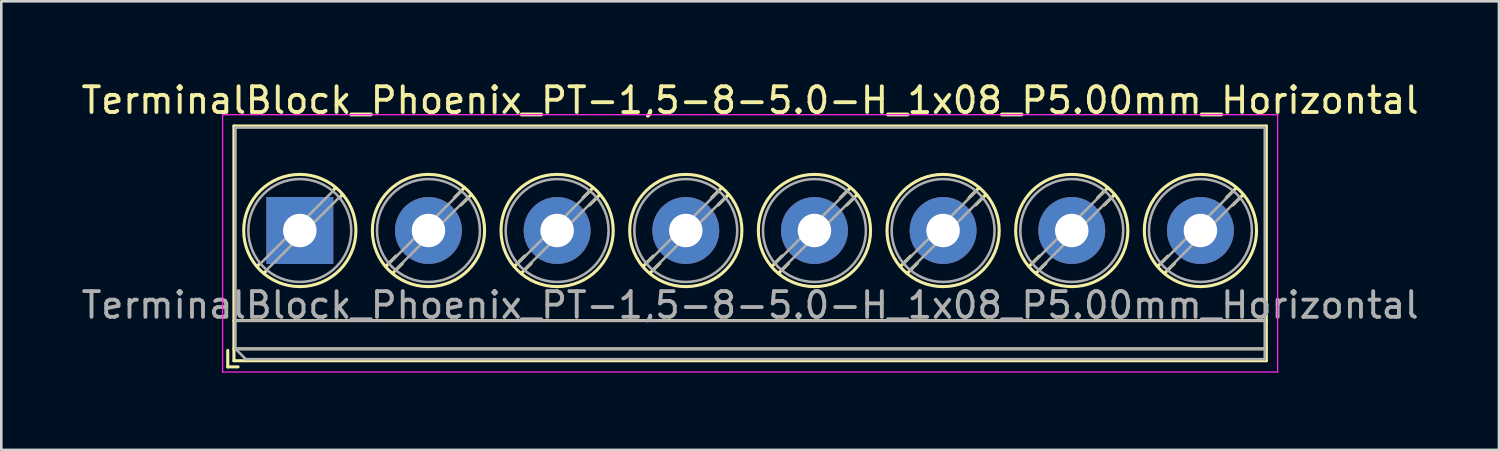
<source format=kicad_pcb>
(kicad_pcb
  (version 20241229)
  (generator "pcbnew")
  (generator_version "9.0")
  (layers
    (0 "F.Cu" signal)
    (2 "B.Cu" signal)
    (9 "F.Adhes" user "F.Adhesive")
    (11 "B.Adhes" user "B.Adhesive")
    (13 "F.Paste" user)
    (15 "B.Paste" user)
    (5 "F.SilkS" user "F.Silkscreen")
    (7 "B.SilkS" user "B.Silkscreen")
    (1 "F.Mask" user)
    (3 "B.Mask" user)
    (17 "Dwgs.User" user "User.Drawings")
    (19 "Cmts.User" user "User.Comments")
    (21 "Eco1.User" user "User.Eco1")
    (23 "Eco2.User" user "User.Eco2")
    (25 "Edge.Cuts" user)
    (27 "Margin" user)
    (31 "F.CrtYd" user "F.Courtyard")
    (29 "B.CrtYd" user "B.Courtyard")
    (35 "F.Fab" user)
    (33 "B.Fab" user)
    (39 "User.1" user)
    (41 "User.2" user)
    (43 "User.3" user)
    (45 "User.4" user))
  (footprint "TerminalBlock_Phoenix_PT-1,5-8-5.0-H_1x08_P5.00mm_Horizontal"
    (layer "F.Cu")
    (at 8.601 5.908)
    (property "Reference" "TerminalBlock_Phoenix_PT-1,5-8-5.0-H_1x08_P5.00mm_Horizontal" (at 17.5 -5.06 0) (layer "F.SilkS") (effects (font (size 1 1) (thickness 0.15))))
    (attr through_hole)
    (fp_line (start -2.8 4.66) (end -2.8 5.3) (stroke (width 0.12) (type solid)) (layer "F.SilkS"))
    (fp_line (start -2.8 5.3) (end -2.4 5.3) (stroke (width 0.12) (type solid)) (layer "F.SilkS"))
    (fp_line (start -2.56 -4.06) (end -2.56 5.06) (stroke (width 0.12) (type solid)) (layer "F.SilkS"))
    (fp_line (start -2.56 -4.06) (end 37.56 -4.06) (stroke (width 0.12) (type solid)) (layer "F.SilkS"))
    (fp_line (start -2.56 3.5) (end 37.56 3.5) (stroke (width 0.12) (type solid)) (layer "F.SilkS"))
    (fp_line (start -2.56 4.6) (end 37.56 4.6) (stroke (width 0.12) (type solid)) (layer "F.SilkS"))
    (fp_line (start -2.56 5.06) (end 37.56 5.06) (stroke (width 0.12) (type solid)) (layer "F.SilkS"))
    (fp_line (start -1.548 1.281) (end -1.654 1.388) (stroke (width 0.12) (type solid)) (layer "F.SilkS"))
    (fp_line (start -1.282 1.547) (end -1.388 1.654) (stroke (width 0.12) (type solid)) (layer "F.SilkS"))
    (fp_line (start 1.388 -1.654) (end 1.281 -1.547) (stroke (width 0.12) (type solid)) (layer "F.SilkS"))
    (fp_line (start 1.654 -1.388) (end 1.547 -1.281) (stroke (width 0.12) (type solid)) (layer "F.SilkS"))
    (fp_line (start 3.742 0.992) (end 3.347 1.388) (stroke (width 0.12) (type solid)) (layer "F.SilkS"))
    (fp_line (start 3.993 1.274) (end 3.613 1.654) (stroke (width 0.12) (type solid)) (layer "F.SilkS"))
    (fp_line (start 6.388 -1.654) (end 6.008 -1.274) (stroke (width 0.12) (type solid)) (layer "F.SilkS"))
    (fp_line (start 6.654 -1.388) (end 6.259 -0.992) (stroke (width 0.12) (type solid)) (layer "F.SilkS"))
    (fp_line (start 8.742 0.992) (end 8.347 1.388) (stroke (width 0.12) (type solid)) (layer "F.SilkS"))
    (fp_line (start 8.993 1.274) (end 8.613 1.654) (stroke (width 0.12) (type solid)) (layer "F.SilkS"))
    (fp_line (start 11.388 -1.654) (end 11.008 -1.274) (stroke (width 0.12) (type solid)) (layer "F.SilkS"))
    (fp_line (start 11.654 -1.388) (end 11.259 -0.992) (stroke (width 0.12) (type solid)) (layer "F.SilkS"))
    (fp_line (start 13.742 0.992) (end 13.347 1.388) (stroke (width 0.12) (type solid)) (layer "F.SilkS"))
    (fp_line (start 13.993 1.274) (end 13.613 1.654) (stroke (width 0.12) (type solid)) (layer "F.SilkS"))
    (fp_line (start 16.388 -1.654) (end 16.008 -1.274) (stroke (width 0.12) (type solid)) (layer "F.SilkS"))
    (fp_line (start 16.654 -1.388) (end 16.259 -0.992) (stroke (width 0.12) (type solid)) (layer "F.SilkS"))
    (fp_line (start 18.742 0.992) (end 18.347 1.388) (stroke (width 0.12) (type solid)) (layer "F.SilkS"))
    (fp_line (start 18.993 1.274) (end 18.613 1.654) (stroke (width 0.12) (type solid)) (layer "F.SilkS"))
    (fp_line (start 21.388 -1.654) (end 21.008 -1.274) (stroke (width 0.12) (type solid)) (layer "F.SilkS"))
    (fp_line (start 21.654 -1.388) (end 21.259 -0.992) (stroke (width 0.12) (type solid)) (layer "F.SilkS"))
    (fp_line (start 23.742 0.992) (end 23.347 1.388) (stroke (width 0.12) (type solid)) (layer "F.SilkS"))
    (fp_line (start 23.993 1.274) (end 23.613 1.654) (stroke (width 0.12) (type solid)) (layer "F.SilkS"))
    (fp_line (start 26.388 -1.654) (end 26.008 -1.274) (stroke (width 0.12) (type solid)) (layer "F.SilkS"))
    (fp_line (start 26.654 -1.388) (end 26.259 -0.992) (stroke (width 0.12) (type solid)) (layer "F.SilkS"))
    (fp_line (start 28.742 0.992) (end 28.347 1.388) (stroke (width 0.12) (type solid)) (layer "F.SilkS"))
    (fp_line (start 28.993 1.274) (end 28.613 1.654) (stroke (width 0.12) (type solid)) (layer "F.SilkS"))
    (fp_line (start 31.388 -1.654) (end 31.008 -1.274) (stroke (width 0.12) (type solid)) (layer "F.SilkS"))
    (fp_line (start 31.654 -1.388) (end 31.259 -0.992) (stroke (width 0.12) (type solid)) (layer "F.SilkS"))
    (fp_line (start 33.742 0.992) (end 33.347 1.388) (stroke (width 0.12) (type solid)) (layer "F.SilkS"))
    (fp_line (start 33.993 1.274) (end 33.613 1.654) (stroke (width 0.12) (type solid)) (layer "F.SilkS"))
    (fp_line (start 36.388 -1.654) (end 36.008 -1.274) (stroke (width 0.12) (type solid)) (layer "F.SilkS"))
    (fp_line (start 36.654 -1.388) (end 36.259 -0.992) (stroke (width 0.12) (type solid)) (layer "F.SilkS"))
    (fp_line (start 37.56 -4.06) (end 37.56 5.06) (stroke (width 0.12) (type solid)) (layer "F.SilkS"))
    (fp_circle (center 0 0) (end 2.18 0) (stroke (width 0.12) (type solid)) (fill no) (layer "F.SilkS"))
    (fp_circle (center 5 0) (end 7.18 0) (stroke (width 0.12) (type solid)) (fill no) (layer "F.SilkS"))
    (fp_circle (center 10 0) (end 12.18 0) (stroke (width 0.12) (type solid)) (fill no) (layer "F.SilkS"))
    (fp_circle (center 15 0) (end 17.18 0) (stroke (width 0.12) (type solid)) (fill no) (layer "F.SilkS"))
    (fp_circle (center 20 0) (end 22.18 0) (stroke (width 0.12) (type solid)) (fill no) (layer "F.SilkS"))
    (fp_circle (center 25 0) (end 27.18 0) (stroke (width 0.12) (type solid)) (fill no) (layer "F.SilkS"))
    (fp_circle (center 30 0) (end 32.18 0) (stroke (width 0.12) (type solid)) (fill no) (layer "F.SilkS"))
    (fp_circle (center 35 0) (end 37.18 0) (stroke (width 0.12) (type solid)) (fill no) (layer "F.SilkS"))
    (fp_line (start -3 -4.5) (end -3 5.5) (stroke (width 0.05) (type solid)) (layer "F.CrtYd"))
    (fp_line (start -3 5.5) (end 38 5.5) (stroke (width 0.05) (type solid)) (layer "F.CrtYd"))
    (fp_line (start 38 -4.5) (end -3 -4.5) (stroke (width 0.05) (type solid)) (layer "F.CrtYd"))
    (fp_line (start 38 5.5) (end 38 -4.5) (stroke (width 0.05) (type solid)) (layer "F.CrtYd"))
    (fp_line (start -2.5 -4) (end 37.5 -4) (stroke (width 0.1) (type solid)) (layer "F.Fab"))
    (fp_line (start -2.5 3.5) (end 37.5 3.5) (stroke (width 0.1) (type solid)) (layer "F.Fab"))
    (fp_line (start -2.5 4.6) (end -2.5 -4) (stroke (width 0.1) (type solid)) (layer "F.Fab"))
    (fp_line (start -2.5 4.6) (end 37.5 4.6) (stroke (width 0.1) (type solid)) (layer "F.Fab"))
    (fp_line (start -2.1 5) (end -2.5 4.6) (stroke (width 0.1) (type solid)) (layer "F.Fab"))
    (fp_line (start 1.273 -1.517) (end -1.517 1.273) (stroke (width 0.1) (type solid)) (layer "F.Fab"))
    (fp_line (start 1.517 -1.273) (end -1.273 1.517) (stroke (width 0.1) (type solid)) (layer "F.Fab"))
    (fp_line (start 6.273 -1.517) (end 3.484 1.273) (stroke (width 0.1) (type solid)) (layer "F.Fab"))
    (fp_line (start 6.517 -1.273) (end 3.728 1.517) (stroke (width 0.1) (type solid)) (layer "F.Fab"))
    (fp_line (start 11.273 -1.517) (end 8.484 1.273) (stroke (width 0.1) (type solid)) (layer "F.Fab"))
    (fp_line (start 11.517 -1.273) (end 8.728 1.517) (stroke (width 0.1) (type solid)) (layer "F.Fab"))
    (fp_line (start 16.273 -1.517) (end 13.484 1.273) (stroke (width 0.1) (type solid)) (layer "F.Fab"))
    (fp_line (start 16.517 -1.273) (end 13.728 1.517) (stroke (width 0.1) (type solid)) (layer "F.Fab"))
    (fp_line (start 21.273 -1.517) (end 18.484 1.273) (stroke (width 0.1) (type solid)) (layer "F.Fab"))
    (fp_line (start 21.517 -1.273) (end 18.728 1.517) (stroke (width 0.1) (type solid)) (layer "F.Fab"))
    (fp_line (start 26.273 -1.517) (end 23.484 1.273) (stroke (width 0.1) (type solid)) (layer "F.Fab"))
    (fp_line (start 26.517 -1.273) (end 23.728 1.517) (stroke (width 0.1) (type solid)) (layer "F.Fab"))
    (fp_line (start 31.273 -1.517) (end 28.484 1.273) (stroke (width 0.1) (type solid)) (layer "F.Fab"))
    (fp_line (start 31.517 -1.273) (end 28.728 1.517) (stroke (width 0.1) (type solid)) (layer "F.Fab"))
    (fp_line (start 36.273 -1.517) (end 33.484 1.273) (stroke (width 0.1) (type solid)) (layer "F.Fab"))
    (fp_line (start 36.517 -1.273) (end 33.728 1.517) (stroke (width 0.1) (type solid)) (layer "F.Fab"))
    (fp_line (start 37.5 -4) (end 37.5 5) (stroke (width 0.1) (type solid)) (layer "F.Fab"))
    (fp_line (start 37.5 5) (end -2.1 5) (stroke (width 0.1) (type solid)) (layer "F.Fab"))
    (fp_circle (center 0 0) (end 2 0) (stroke (width 0.1) (type solid)) (fill no) (layer "F.Fab"))
    (fp_circle (center 5 0) (end 7 0) (stroke (width 0.1) (type solid)) (fill no) (layer "F.Fab"))
    (fp_circle (center 10 0) (end 12 0) (stroke (width 0.1) (type solid)) (fill no) (layer "F.Fab"))
    (fp_circle (center 15 0) (end 17 0) (stroke (width 0.1) (type solid)) (fill no) (layer "F.Fab"))
    (fp_circle (center 20 0) (end 22 0) (stroke (width 0.1) (type solid)) (fill no) (layer "F.Fab"))
    (fp_circle (center 25 0) (end 27 0) (stroke (width 0.1) (type solid)) (fill no) (layer "F.Fab"))
    (fp_circle (center 30 0) (end 32 0) (stroke (width 0.1) (type solid)) (fill no) (layer "F.Fab"))
    (fp_circle (center 35 0) (end 37 0) (stroke (width 0.1) (type solid)) (fill no) (layer "F.Fab"))
    (fp_text user "${REFERENCE}" (at 17.5 2.9 0) (layer "F.Fab") (effects (font (size 1 1) (thickness 0.15))))
    (pad "1" thru_hole rect (at 0 0) (size 2.6 2.6) (drill 1.3) (layers "*.Cu" "*.Mask"))
    (pad "2" thru_hole circle (at 5 0) (size 2.6 2.6) (drill 1.3) (layers "*.Cu" "*.Mask"))
    (pad "3" thru_hole circle (at 10 0) (size 2.6 2.6) (drill 1.3) (layers "*.Cu" "*.Mask"))
    (pad "4" thru_hole circle (at 15 0) (size 2.6 2.6) (drill 1.3) (layers "*.Cu" "*.Mask"))
    (pad "5" thru_hole circle (at 20 0) (size 2.6 2.6) (drill 1.3) (layers "*.Cu" "*.Mask"))
    (pad "6" thru_hole circle (at 25 0) (size 2.6 2.6) (drill 1.3) (layers "*.Cu" "*.Mask"))
    (pad "7" thru_hole circle (at 30 0) (size 2.6 2.6) (drill 1.3) (layers "*.Cu" "*.Mask"))
    (pad "8" thru_hole circle (at 35 0) (size 2.6 2.6) (drill 1.3) (layers "*.Cu" "*.Mask")))
  (gr_rect
    (start -3 -3)
    (end 55.202 14.433)
    (stroke (width 0.1) (type default))
    (fill no)
    (layer "Edge.Cuts")))
</source>
